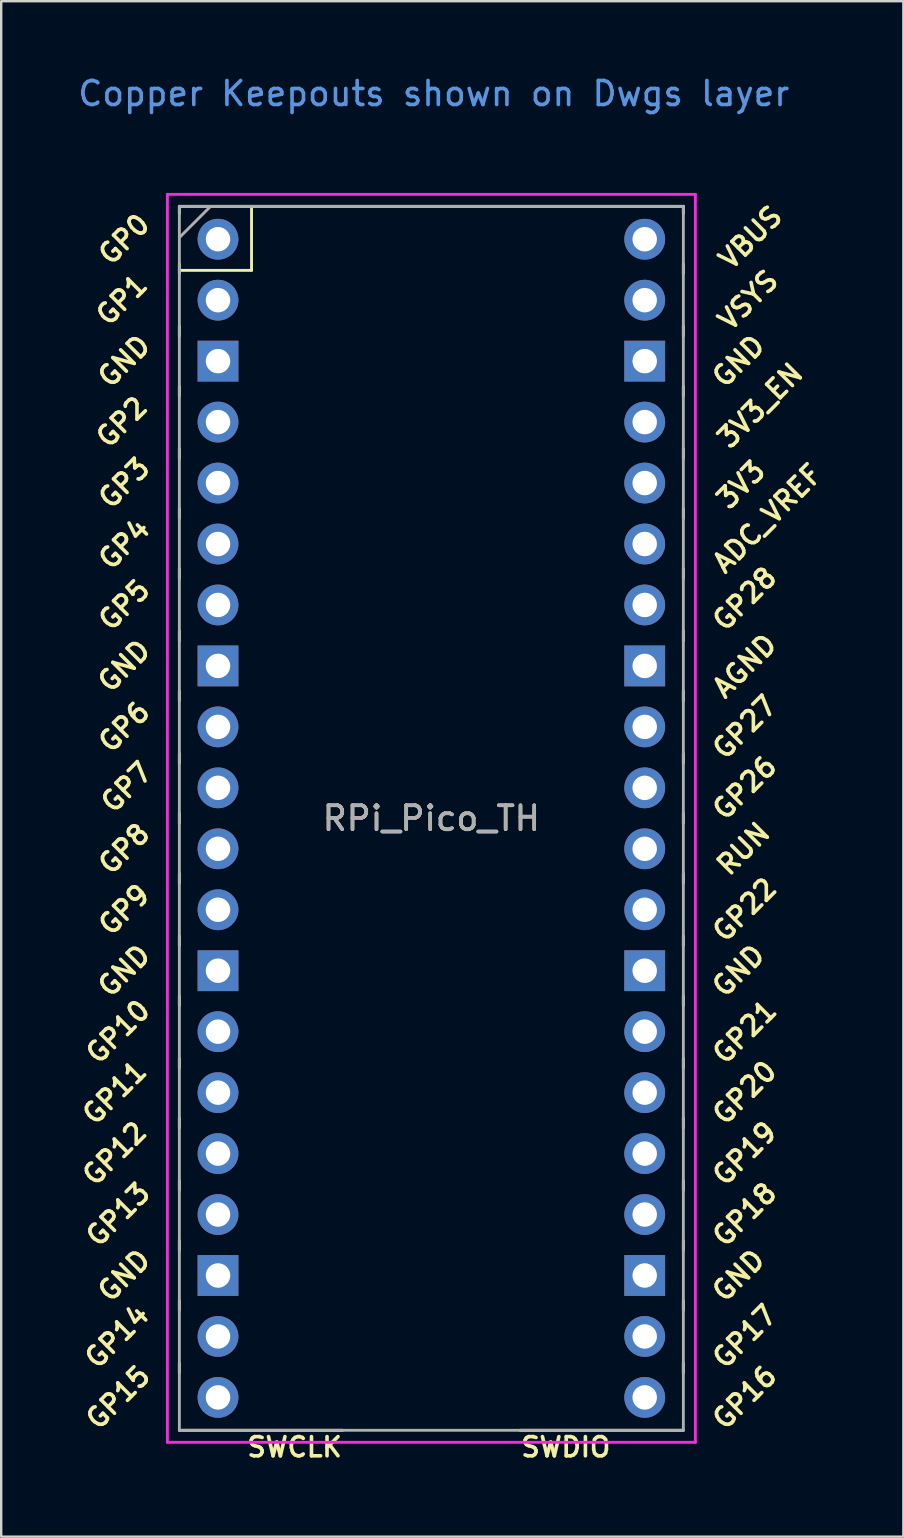
<source format=kicad_pcb>
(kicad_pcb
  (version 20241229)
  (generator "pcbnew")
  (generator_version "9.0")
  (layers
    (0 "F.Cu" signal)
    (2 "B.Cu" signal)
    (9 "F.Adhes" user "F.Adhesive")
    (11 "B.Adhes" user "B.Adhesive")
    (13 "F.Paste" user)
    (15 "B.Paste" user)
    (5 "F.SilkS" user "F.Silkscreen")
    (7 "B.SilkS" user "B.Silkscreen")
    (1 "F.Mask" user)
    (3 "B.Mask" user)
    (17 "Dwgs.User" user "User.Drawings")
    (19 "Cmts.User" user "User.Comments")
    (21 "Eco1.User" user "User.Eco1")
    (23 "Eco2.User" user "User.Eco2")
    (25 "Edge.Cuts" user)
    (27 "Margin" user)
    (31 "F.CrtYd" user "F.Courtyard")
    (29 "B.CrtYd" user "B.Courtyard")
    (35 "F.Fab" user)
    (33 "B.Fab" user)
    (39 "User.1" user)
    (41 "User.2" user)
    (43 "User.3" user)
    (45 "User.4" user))
  (footprint "RPi_Pico_TH"
    (layer "F.Cu")
    (at 14.924 31.048)
    (property "Reference" "RPi_Pico_TH" (at 0 0 180) (layer "F.SilkS") (effects (font (size 1 1) (thickness 0.15))))
    (attr through_hole)
    (fp_line (start -10.5 -25.5) (end -10.5 -25.2) (stroke (width 0.12) (type solid)) (layer "F.SilkS"))
    (fp_line (start -10.5 -25.5) (end 10.5 -25.5) (stroke (width 0.12) (type solid)) (layer "F.SilkS"))
    (fp_line (start -10.5 -23.1) (end -10.5 -22.7) (stroke (width 0.12) (type solid)) (layer "F.SilkS"))
    (fp_line (start -10.5 -22.833) (end -7.493 -22.833) (stroke (width 0.12) (type solid)) (layer "F.SilkS"))
    (fp_line (start -10.5 -20.5) (end -10.5 -20.1) (stroke (width 0.12) (type solid)) (layer "F.SilkS"))
    (fp_line (start -10.5 -18) (end -10.5 -17.6) (stroke (width 0.12) (type solid)) (layer "F.SilkS"))
    (fp_line (start -10.5 -15.4) (end -10.5 -15) (stroke (width 0.12) (type solid)) (layer "F.SilkS"))
    (fp_line (start -10.5 -12.9) (end -10.5 -12.5) (stroke (width 0.12) (type solid)) (layer "F.SilkS"))
    (fp_line (start -10.5 -10.4) (end -10.5 -10) (stroke (width 0.12) (type solid)) (layer "F.SilkS"))
    (fp_line (start -10.5 -7.8) (end -10.5 -7.4) (stroke (width 0.12) (type solid)) (layer "F.SilkS"))
    (fp_line (start -10.5 -5.3) (end -10.5 -4.9) (stroke (width 0.12) (type solid)) (layer "F.SilkS"))
    (fp_line (start -10.5 -2.7) (end -10.5 -2.3) (stroke (width 0.12) (type solid)) (layer "F.SilkS"))
    (fp_line (start -10.5 -0.2) (end -10.5 0.2) (stroke (width 0.12) (type solid)) (layer "F.SilkS"))
    (fp_line (start -10.5 2.3) (end -10.5 2.7) (stroke (width 0.12) (type solid)) (layer "F.SilkS"))
    (fp_line (start -10.5 4.9) (end -10.5 5.3) (stroke (width 0.12) (type solid)) (layer "F.SilkS"))
    (fp_line (start -10.5 7.4) (end -10.5 7.8) (stroke (width 0.12) (type solid)) (layer "F.SilkS"))
    (fp_line (start -10.5 10) (end -10.5 10.4) (stroke (width 0.12) (type solid)) (layer "F.SilkS"))
    (fp_line (start -10.5 12.5) (end -10.5 12.9) (stroke (width 0.12) (type solid)) (layer "F.SilkS"))
    (fp_line (start -10.5 15.1) (end -10.5 15.5) (stroke (width 0.12) (type solid)) (layer "F.SilkS"))
    (fp_line (start -10.5 17.6) (end -10.5 18) (stroke (width 0.12) (type solid)) (layer "F.SilkS"))
    (fp_line (start -10.5 20.1) (end -10.5 20.5) (stroke (width 0.12) (type solid)) (layer "F.SilkS"))
    (fp_line (start -10.5 22.7) (end -10.5 23.1) (stroke (width 0.12) (type solid)) (layer "F.SilkS"))
    (fp_line (start -7.493 -22.833) (end -7.493 -25.5) (stroke (width 0.12) (type solid)) (layer "F.SilkS"))
    (fp_line (start -3.7 25.5) (end -10.5 25.5) (stroke (width 0.12) (type solid)) (layer "F.SilkS"))
    (fp_line (start 10.5 -25.5) (end 10.5 -25.2) (stroke (width 0.12) (type solid)) (layer "F.SilkS"))
    (fp_line (start 10.5 -23.1) (end 10.5 -22.7) (stroke (width 0.12) (type solid)) (layer "F.SilkS"))
    (fp_line (start 10.5 -20.5) (end 10.5 -20.1) (stroke (width 0.12) (type solid)) (layer "F.SilkS"))
    (fp_line (start 10.5 -18) (end 10.5 -17.6) (stroke (width 0.12) (type solid)) (layer "F.SilkS"))
    (fp_line (start 10.5 -15.4) (end 10.5 -15) (stroke (width 0.12) (type solid)) (layer "F.SilkS"))
    (fp_line (start 10.5 -12.9) (end 10.5 -12.5) (stroke (width 0.12) (type solid)) (layer "F.SilkS"))
    (fp_line (start 10.5 -10.4) (end 10.5 -10) (stroke (width 0.12) (type solid)) (layer "F.SilkS"))
    (fp_line (start 10.5 -7.8) (end 10.5 -7.4) (stroke (width 0.12) (type solid)) (layer "F.SilkS"))
    (fp_line (start 10.5 -5.3) (end 10.5 -4.9) (stroke (width 0.12) (type solid)) (layer "F.SilkS"))
    (fp_line (start 10.5 -2.7) (end 10.5 -2.3) (stroke (width 0.12) (type solid)) (layer "F.SilkS"))
    (fp_line (start 10.5 -0.2) (end 10.5 0.2) (stroke (width 0.12) (type solid)) (layer "F.SilkS"))
    (fp_line (start 10.5 2.3) (end 10.5 2.7) (stroke (width 0.12) (type solid)) (layer "F.SilkS"))
    (fp_line (start 10.5 4.9) (end 10.5 5.3) (stroke (width 0.12) (type solid)) (layer "F.SilkS"))
    (fp_line (start 10.5 7.4) (end 10.5 7.8) (stroke (width 0.12) (type solid)) (layer "F.SilkS"))
    (fp_line (start 10.5 10) (end 10.5 10.4) (stroke (width 0.12) (type solid)) (layer "F.SilkS"))
    (fp_line (start 10.5 12.5) (end 10.5 12.9) (stroke (width 0.12) (type solid)) (layer "F.SilkS"))
    (fp_line (start 10.5 15.1) (end 10.5 15.5) (stroke (width 0.12) (type solid)) (layer "F.SilkS"))
    (fp_line (start 10.5 17.6) (end 10.5 18) (stroke (width 0.12) (type solid)) (layer "F.SilkS"))
    (fp_line (start 10.5 20.1) (end 10.5 20.5) (stroke (width 0.12) (type solid)) (layer "F.SilkS"))
    (fp_line (start 10.5 22.7) (end 10.5 23.1) (stroke (width 0.12) (type solid)) (layer "F.SilkS"))
    (fp_line (start 10.5 25.5) (end 3.7 25.5) (stroke (width 0.12) (type solid)) (layer "F.SilkS"))
    (fp_line (start -11 -26) (end 11 -26) (stroke (width 0.12) (type solid)) (layer "F.CrtYd"))
    (fp_line (start -11 26) (end -11 -26) (stroke (width 0.12) (type solid)) (layer "F.CrtYd"))
    (fp_line (start 11 -26) (end 11 26) (stroke (width 0.12) (type solid)) (layer "F.CrtYd"))
    (fp_line (start 11 26) (end -11 26) (stroke (width 0.12) (type solid)) (layer "F.CrtYd"))
    (fp_line (start -10.5 -25.5) (end 10.5 -25.5) (stroke (width 0.12) (type solid)) (layer "F.Fab"))
    (fp_line (start -10.5 -24.2) (end -9.2 -25.5) (stroke (width 0.12) (type solid)) (layer "F.Fab"))
    (fp_line (start -10.5 25.5) (end -10.5 -25.5) (stroke (width 0.12) (type solid)) (layer "F.Fab"))
    (fp_line (start 10.5 -25.5) (end 10.5 25.5) (stroke (width 0.12) (type solid)) (layer "F.Fab"))
    (fp_line (start 10.5 25.5) (end -10.5 25.5) (stroke (width 0.12) (type solid)) (layer "F.Fab"))
    (fp_text user "GP26" (at 13.054 -1.27 225) (layer "F.SilkS") (effects (font (size 0.8 0.8) (thickness 0.15))))
    (fp_text user "RUN" (at 13 1.27 225) (layer "F.SilkS") (effects (font (size 0.8 0.8) (thickness 0.15))))
    (fp_text user "GP3" (at -12.8 -13.97 225) (layer "F.SilkS") (effects (font (size 0.8 0.8) (thickness 0.15))))
    (fp_text user "GP1" (at -12.9 -21.6 225) (layer "F.SilkS") (effects (font (size 0.8 0.8) (thickness 0.15))))
    (fp_text user "GP13" (at -13.054 16.51 225) (layer "F.SilkS") (effects (font (size 0.8 0.8) (thickness 0.15))))
    (fp_text user "GP21" (at 13.054 8.9 225) (layer "F.SilkS") (effects (font (size 0.8 0.8) (thickness 0.15))))
    (fp_text user "GP12" (at -13.2 13.97 225) (layer "F.SilkS") (effects (font (size 0.8 0.8) (thickness 0.15))))
    (fp_text user "GND" (at -12.8 -6.35 225) (layer "F.SilkS") (effects (font (size 0.8 0.8) (thickness 0.15))))
    (fp_text user "GP8" (at -12.8 1.27 225) (layer "F.SilkS") (effects (font (size 0.8 0.8) (thickness 0.15))))
    (fp_text user "GP28" (at 13.054 -9.144 225) (layer "F.SilkS") (effects (font (size 0.8 0.8) (thickness 0.15))))
    (fp_text user "GP20" (at 13.054 11.43 225) (layer "F.SilkS") (effects (font (size 0.8 0.8) (thickness 0.15))))
    (fp_text user "GP9" (at -12.8 3.81 225) (layer "F.SilkS") (effects (font (size 0.8 0.8) (thickness 0.15))))
    (fp_text user "GP22" (at 13.054 3.81 225) (layer "F.SilkS") (effects (font (size 0.8 0.8) (thickness 0.15))))
    (fp_text user "GP0" (at -12.8 -24.13 225) (layer "F.SilkS") (effects (font (size 0.8 0.8) (thickness 0.15))))
    (fp_text user "GND" (at -12.8 -19.05 225) (layer "F.SilkS") (effects (font (size 0.8 0.8) (thickness 0.15))))
    (fp_text user "GP11" (at -13.2 11.43 225) (layer "F.SilkS") (effects (font (size 0.8 0.8) (thickness 0.15))))
    (fp_text user "GP19" (at 13.054 13.97 225) (layer "F.SilkS") (effects (font (size 0.8 0.8) (thickness 0.15))))
    (fp_text user "SWCLK" (at -5.7 26.2 180) (layer "F.SilkS") (effects (font (size 0.8 0.8) (thickness 0.15))))
    (fp_text user "3V3" (at 12.9 -13.9 225) (layer "F.SilkS") (effects (font (size 0.8 0.8) (thickness 0.15))))
    (fp_text user "GP16" (at 13.054 24.13 225) (layer "F.SilkS") (effects (font (size 0.8 0.8) (thickness 0.15))))
    (fp_text user "GP27" (at 13.054 -3.8 225) (layer "F.SilkS") (effects (font (size 0.8 0.8) (thickness 0.15))))
    (fp_text user "GP2" (at -12.9 -16.51 225) (layer "F.SilkS") (effects (font (size 0.8 0.8) (thickness 0.15))))
    (fp_text user "GND" (at -12.8 19.05 225) (layer "F.SilkS") (effects (font (size 0.8 0.8) (thickness 0.15))))
    (fp_text user "VBUS" (at 13.3 -24.2 225) (layer "F.SilkS") (effects (font (size 0.8 0.8) (thickness 0.15))))
    (fp_text user "GP18" (at 13.054 16.51 225) (layer "F.SilkS") (effects (font (size 0.8 0.8) (thickness 0.15))))
    (fp_text user "GND" (at 12.8 6.35 225) (layer "F.SilkS") (effects (font (size 0.8 0.8) (thickness 0.15))))
    (fp_text user "GND" (at 12.8 -19.05 225) (layer "F.SilkS") (effects (font (size 0.8 0.8) (thickness 0.15))))
    (fp_text user "ADC_VREF" (at 14 -12.5 225) (layer "F.SilkS") (effects (font (size 0.8 0.8) (thickness 0.15))))
    (fp_text user "AGND" (at 13.054 -6.35 225) (layer "F.SilkS") (effects (font (size 0.8 0.8) (thickness 0.15))))
    (fp_text user "SWDIO" (at 5.6 26.2 180) (layer "F.SilkS") (effects (font (size 0.8 0.8) (thickness 0.15))))
    (fp_text user "GND" (at -12.8 6.35 225) (layer "F.SilkS") (effects (font (size 0.8 0.8) (thickness 0.15))))
    (fp_text user "GP7" (at -12.7 -1.3 225) (layer "F.SilkS") (effects (font (size 0.8 0.8) (thickness 0.15))))
    (fp_text user "GP10" (at -13.054 8.89 225) (layer "F.SilkS") (effects (font (size 0.8 0.8) (thickness 0.15))))
    (fp_text user "GND" (at 12.8 19.05 225) (layer "F.SilkS") (effects (font (size 0.8 0.8) (thickness 0.15))))
    (fp_text user "GP15" (at -13.054 24.13 225) (layer "F.SilkS") (effects (font (size 0.8 0.8) (thickness 0.15))))
    (fp_text user "3V3_EN" (at 13.7 -17.2 225) (layer "F.SilkS") (effects (font (size 0.8 0.8) (thickness 0.15))))
    (fp_text user "GP5" (at -12.8 -8.89 225) (layer "F.SilkS") (effects (font (size 0.8 0.8) (thickness 0.15))))
    (fp_text user "GP4" (at -12.8 -11.43 225) (layer "F.SilkS") (effects (font (size 0.8 0.8) (thickness 0.15))))
    (fp_text user "GP17" (at 13.054 21.59 225) (layer "F.SilkS") (effects (font (size 0.8 0.8) (thickness 0.15))))
    (fp_text user "GP6" (at -12.8 -3.81 225) (layer "F.SilkS") (effects (font (size 0.8 0.8) (thickness 0.15))))
    (fp_text user "VSYS" (at 13.2 -21.59 225) (layer "F.SilkS") (effects (font (size 0.8 0.8) (thickness 0.15))))
    (fp_text user "GP14" (at -13.1 21.59 225) (layer "F.SilkS") (effects (font (size 0.8 0.8) (thickness 0.15))))
    (fp_text user "Copper Keepouts shown on Dwgs layer" (at 0.1 -30.2 180) (layer "Cmts.User") (effects (font (size 1 1) (thickness 0.15))))
    (fp_text user "${REFERENCE}" (at 0 0 180) (layer "F.Fab") (effects (font (size 1 1) (thickness 0.15))))
    (pad "1" thru_hole oval (at -8.89 -24.13) (size 1.7 1.7) (drill 1.02) (layers "*.Cu" "*.Mask"))
    (pad "2" thru_hole oval (at -8.89 -21.59) (size 1.7 1.7) (drill 1.02) (layers "*.Cu" "*.Mask"))
    (pad "3" thru_hole rect (at -8.89 -19.05) (size 1.7 1.7) (drill 1.02) (layers "*.Cu" "*.Mask"))
    (pad "4" thru_hole oval (at -8.89 -16.51) (size 1.7 1.7) (drill 1.02) (layers "*.Cu" "*.Mask"))
    (pad "5" thru_hole oval (at -8.89 -13.97) (size 1.7 1.7) (drill 1.02) (layers "*.Cu" "*.Mask"))
    (pad "6" thru_hole oval (at -8.89 -11.43) (size 1.7 1.7) (drill 1.02) (layers "*.Cu" "*.Mask"))
    (pad "7" thru_hole oval (at -8.89 -8.89) (size 1.7 1.7) (drill 1.02) (layers "*.Cu" "*.Mask"))
    (pad "8" thru_hole rect (at -8.89 -6.35) (size 1.7 1.7) (drill 1.02) (layers "*.Cu" "*.Mask"))
    (pad "9" thru_hole oval (at -8.89 -3.81) (size 1.7 1.7) (drill 1.02) (layers "*.Cu" "*.Mask"))
    (pad "10" thru_hole oval (at -8.89 -1.27) (size 1.7 1.7) (drill 1.02) (layers "*.Cu" "*.Mask"))
    (pad "11" thru_hole oval (at -8.89 1.27) (size 1.7 1.7) (drill 1.02) (layers "*.Cu" "*.Mask"))
    (pad "12" thru_hole oval (at -8.89 3.81) (size 1.7 1.7) (drill 1.02) (layers "*.Cu" "*.Mask"))
    (pad "13" thru_hole rect (at -8.89 6.35) (size 1.7 1.7) (drill 1.02) (layers "*.Cu" "*.Mask"))
    (pad "14" thru_hole oval (at -8.89 8.89) (size 1.7 1.7) (drill 1.02) (layers "*.Cu" "*.Mask"))
    (pad "15" thru_hole oval (at -8.89 11.43) (size 1.7 1.7) (drill 1.02) (layers "*.Cu" "*.Mask"))
    (pad "16" thru_hole oval (at -8.89 13.97) (size 1.7 1.7) (drill 1.02) (layers "*.Cu" "*.Mask"))
    (pad "17" thru_hole oval (at -8.89 16.51) (size 1.7 1.7) (drill 1.02) (layers "*.Cu" "*.Mask"))
    (pad "18" thru_hole rect (at -8.89 19.05) (size 1.7 1.7) (drill 1.02) (layers "*.Cu" "*.Mask"))
    (pad "19" thru_hole oval (at -8.89 21.59) (size 1.7 1.7) (drill 1.02) (layers "*.Cu" "*.Mask"))
    (pad "20" thru_hole oval (at -8.89 24.13) (size 1.7 1.7) (drill 1.02) (layers "*.Cu" "*.Mask"))
    (pad "21" thru_hole oval (at 8.89 24.13) (size 1.7 1.7) (drill 1.02) (layers "*.Cu" "*.Mask"))
    (pad "22" thru_hole oval (at 8.89 21.59) (size 1.7 1.7) (drill 1.02) (layers "*.Cu" "*.Mask"))
    (pad "23" thru_hole rect (at 8.89 19.05) (size 1.7 1.7) (drill 1.02) (layers "*.Cu" "*.Mask"))
    (pad "24" thru_hole oval (at 8.89 16.51) (size 1.7 1.7) (drill 1.02) (layers "*.Cu" "*.Mask"))
    (pad "25" thru_hole oval (at 8.89 13.97) (size 1.7 1.7) (drill 1.02) (layers "*.Cu" "*.Mask"))
    (pad "26" thru_hole oval (at 8.89 11.43) (size 1.7 1.7) (drill 1.02) (layers "*.Cu" "*.Mask"))
    (pad "27" thru_hole oval (at 8.89 8.89) (size 1.7 1.7) (drill 1.02) (layers "*.Cu" "*.Mask"))
    (pad "28" thru_hole rect (at 8.89 6.35) (size 1.7 1.7) (drill 1.02) (layers "*.Cu" "*.Mask"))
    (pad "29" thru_hole oval (at 8.89 3.81) (size 1.7 1.7) (drill 1.02) (layers "*.Cu" "*.Mask"))
    (pad "30" thru_hole oval (at 8.89 1.27) (size 1.7 1.7) (drill 1.02) (layers "*.Cu" "*.Mask"))
    (pad "31" thru_hole oval (at 8.89 -1.27) (size 1.7 1.7) (drill 1.02) (layers "*.Cu" "*.Mask"))
    (pad "32" thru_hole oval (at 8.89 -3.81) (size 1.7 1.7) (drill 1.02) (layers "*.Cu" "*.Mask"))
    (pad "33" thru_hole rect (at 8.89 -6.35) (size 1.7 1.7) (drill 1.02) (layers "*.Cu" "*.Mask"))
    (pad "34" thru_hole oval (at 8.89 -8.89) (size 1.7 1.7) (drill 1.02) (layers "*.Cu" "*.Mask"))
    (pad "35" thru_hole oval (at 8.89 -11.43) (size 1.7 1.7) (drill 1.02) (layers "*.Cu" "*.Mask"))
    (pad "36" thru_hole oval (at 8.89 -13.97) (size 1.7 1.7) (drill 1.02) (layers "*.Cu" "*.Mask"))
    (pad "37" thru_hole oval (at 8.89 -16.51) (size 1.7 1.7) (drill 1.02) (layers "*.Cu" "*.Mask"))
    (pad "38" thru_hole rect (at 8.89 -19.05) (size 1.7 1.7) (drill 1.02) (layers "*.Cu" "*.Mask"))
    (pad "39" thru_hole oval (at 8.89 -21.59) (size 1.7 1.7) (drill 1.02) (layers "*.Cu" "*.Mask"))
    (pad "40" thru_hole oval (at 8.89 -24.13) (size 1.7 1.7) (drill 1.02) (layers "*.Cu" "*.Mask")))
  (gr_rect
    (start -3 -3)
    (end 34.591 60.98)
    (stroke (width 0.1) (type default))
    (fill no)
    (layer "Edge.Cuts")))
</source>
